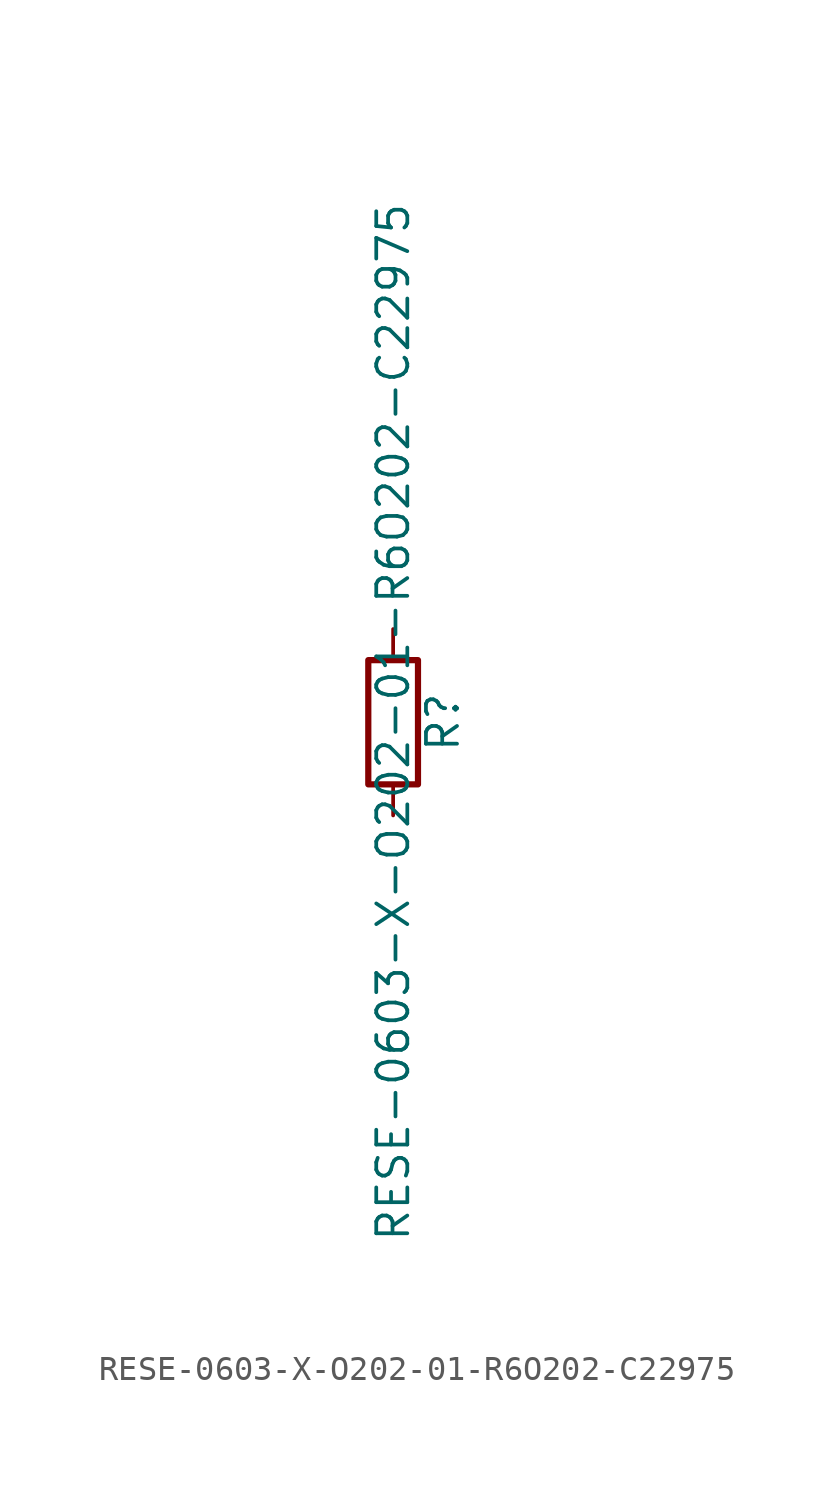
<source format=kicad_sym>
(kicad_symbol_lib
  (version 20211014)
  (generator kicad_symbol_editor)
  (symbol "RESE-0603-X-O202-01-R6O202-C22975"
    (pin_numbers hide)
    (pin_names
      (offset 0))
    (property "Reference" "R"
      (at 2.032 0 90)
      (effects (font (size 1.27 1.27))))
    (property "Value" "RESE-0603-X-O202-01-R6O202-C22975"
      (at 0 0 90)
      (effects (font (size 1.27 1.27))))
    (symbol "RESE-0603-X-O202-01-R6O202-C22975_0_1"
      (rectangle (start -1.016 -2.54) (end 1.016 2.54) (stroke (width 0.254) (type default) (color 0 0 0 0)) (fill (type none))))
    (symbol "RESE-0603-X-O202-01-R6O202-C22975_1_1"
      (pin passive line (at 0 3.81 270) (length 1.27) (name "~" (effects (font (size 1.27 1.27)))) (number "1" (effects (font (size 1.27 1.27)))))
      (pin passive line (at 0 -3.81 90) (length 1.27) (name "~" (effects (font (size 1.27 1.27)))) (number "2" (effects (font (size 1.27 1.27))))))))
</source>
